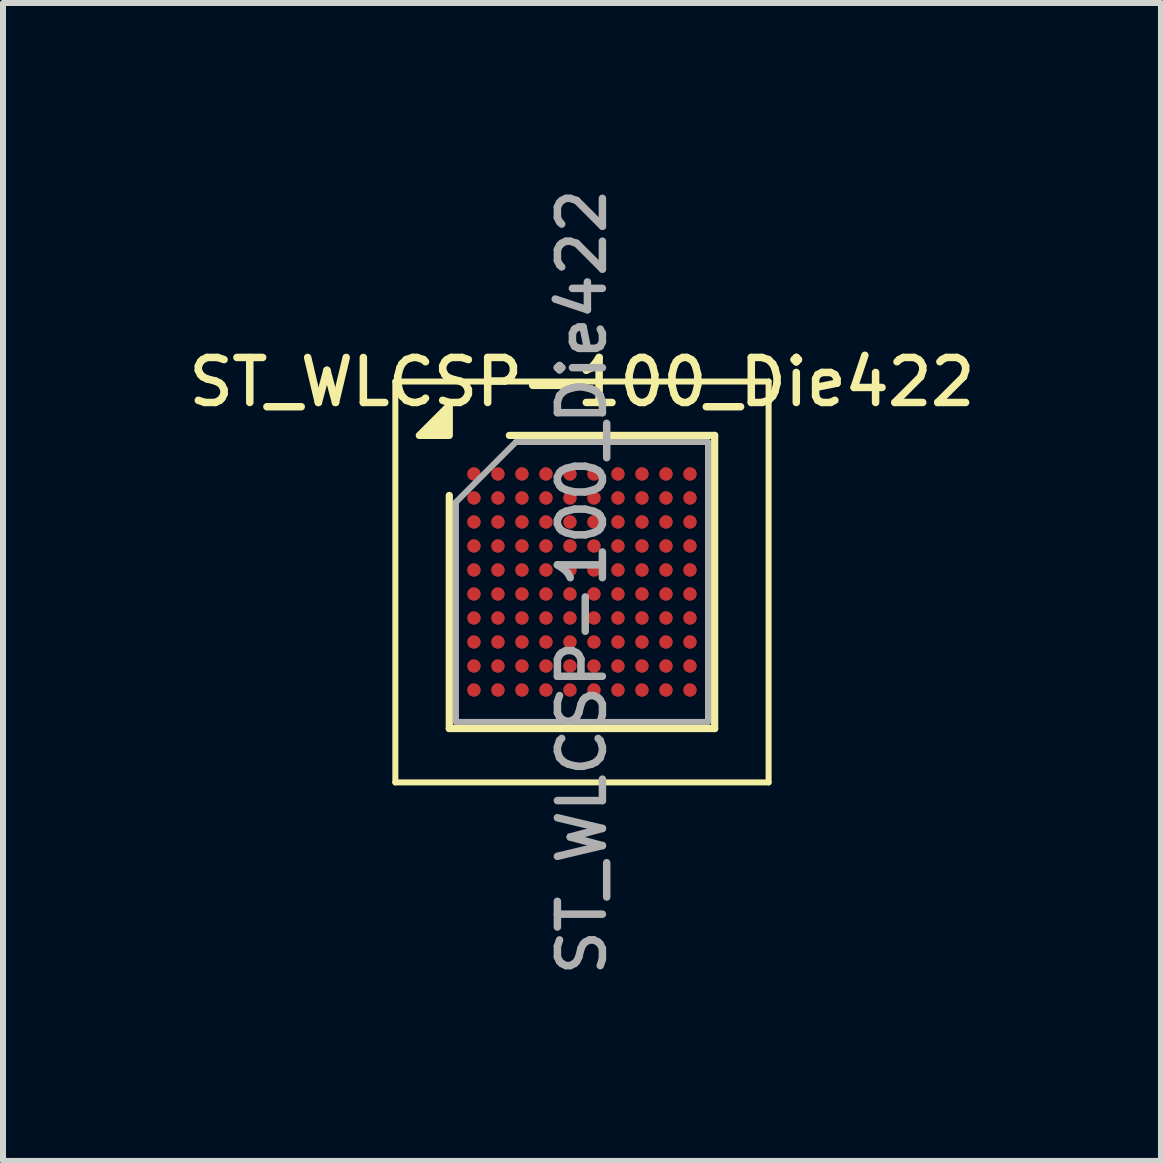
<source format=kicad_pcb>
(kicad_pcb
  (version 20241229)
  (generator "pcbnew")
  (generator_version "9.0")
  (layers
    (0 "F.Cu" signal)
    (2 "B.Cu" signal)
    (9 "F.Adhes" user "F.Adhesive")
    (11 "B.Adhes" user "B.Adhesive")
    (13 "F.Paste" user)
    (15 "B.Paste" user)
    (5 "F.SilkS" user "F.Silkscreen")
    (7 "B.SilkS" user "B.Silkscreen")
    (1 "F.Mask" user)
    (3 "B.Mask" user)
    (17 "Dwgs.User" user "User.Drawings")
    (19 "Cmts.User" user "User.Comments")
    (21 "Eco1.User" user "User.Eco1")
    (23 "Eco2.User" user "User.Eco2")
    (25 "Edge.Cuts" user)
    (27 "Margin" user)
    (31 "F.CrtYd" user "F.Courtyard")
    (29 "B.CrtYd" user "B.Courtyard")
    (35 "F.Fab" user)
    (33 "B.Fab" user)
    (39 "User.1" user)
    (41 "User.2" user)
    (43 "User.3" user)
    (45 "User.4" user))
  (footprint "ST_WLCSP-100_Die422"
    (layer "F.Cu")
    (at 6.648 6.648)
    (property "Reference" "ST_WLCSP-100_Die422" (at 0 -3.332 0) (layer "F.SilkS") (effects (font (size 0.75 0.75) (thickness 0.125))))
    (attr smd)
    (fp_line (start -3.11 -3.34) (end -3.11 3.34) (stroke (width 0.1) (type solid)) (layer "F.SilkS"))
    (fp_line (start -3.11 3.34) (end 3.11 3.34) (stroke (width 0.1) (type solid)) (layer "F.SilkS"))
    (fp_line (start -2.211 2.442) (end -2.211 -1.442) (stroke (width 0.12) (type solid)) (layer "F.SilkS"))
    (fp_line (start -1.21 -2.442) (end 2.211 -2.442) (stroke (width 0.12) (type solid)) (layer "F.SilkS"))
    (fp_line (start 2.211 -2.442) (end 2.211 2.442) (stroke (width 0.12) (type solid)) (layer "F.SilkS"))
    (fp_line (start 2.211 2.442) (end -2.211 2.442) (stroke (width 0.12) (type solid)) (layer "F.SilkS"))
    (fp_line (start 3.11 -3.34) (end -3.11 -3.34) (stroke (width 0.1) (type solid)) (layer "F.SilkS"))
    (fp_line (start 3.11 3.34) (end 3.11 -3.34) (stroke (width 0.1) (type solid)) (layer "F.SilkS"))
    (fp_poly (pts (xy -2.211 -2.442) (xy -2.711 -2.442) (xy -2.211 -2.942) (xy -2.211 -2.442)) (stroke (width 0.12) (type solid)) (fill yes) (layer "F.SilkS"))
    (fp_line (start -2.1 -1.331) (end -1.101 -2.332) (stroke (width 0.1) (type solid)) (layer "F.Fab"))
    (fp_line (start -2.1 2.332) (end -2.1 -1.331) (stroke (width 0.1) (type solid)) (layer "F.Fab"))
    (fp_line (start -1.101 -2.332) (end 2.1 -2.332) (stroke (width 0.1) (type solid)) (layer "F.Fab"))
    (fp_line (start 2.1 -2.332) (end 2.1 2.332) (stroke (width 0.1) (type solid)) (layer "F.Fab"))
    (fp_line (start 2.1 2.332) (end -2.1 2.332) (stroke (width 0.1) (type solid)) (layer "F.Fab"))
    (fp_text user "${REFERENCE}" (at 0 0 270) (layer "F.Fab") (effects (font (size 0.75 0.75) (thickness 0.125))))
    (pad "A1" smd circle (at -1.8 -1.8) (size 0.225 0.225) (property pad_prop_bga) (layers "F.Cu" "F.Mask" "F.Paste"))
    (pad "A2" smd circle (at -1.4 -1.8) (size 0.225 0.225) (property pad_prop_bga) (layers "F.Cu" "F.Mask" "F.Paste"))
    (pad "A3" smd circle (at -1 -1.8) (size 0.225 0.225) (property pad_prop_bga) (layers "F.Cu" "F.Mask" "F.Paste"))
    (pad "A4" smd circle (at -0.6 -1.8) (size 0.225 0.225) (property pad_prop_bga) (layers "F.Cu" "F.Mask" "F.Paste"))
    (pad "A5" smd circle (at -0.2 -1.8) (size 0.225 0.225) (property pad_prop_bga) (layers "F.Cu" "F.Mask" "F.Paste"))
    (pad "A6" smd circle (at 0.2 -1.8) (size 0.225 0.225) (property pad_prop_bga) (layers "F.Cu" "F.Mask" "F.Paste"))
    (pad "A7" smd circle (at 0.6 -1.8) (size 0.225 0.225) (property pad_prop_bga) (layers "F.Cu" "F.Mask" "F.Paste"))
    (pad "A8" smd circle (at 1 -1.8) (size 0.225 0.225) (property pad_prop_bga) (layers "F.Cu" "F.Mask" "F.Paste"))
    (pad "A9" smd circle (at 1.4 -1.8) (size 0.225 0.225) (property pad_prop_bga) (layers "F.Cu" "F.Mask" "F.Paste"))
    (pad "A10" smd circle (at 1.8 -1.8) (size 0.225 0.225) (property pad_prop_bga) (layers "F.Cu" "F.Mask" "F.Paste"))
    (pad "B1" smd circle (at -1.8 -1.4) (size 0.225 0.225) (property pad_prop_bga) (layers "F.Cu" "F.Mask" "F.Paste"))
    (pad "B2" smd circle (at -1.4 -1.4) (size 0.225 0.225) (property pad_prop_bga) (layers "F.Cu" "F.Mask" "F.Paste"))
    (pad "B3" smd circle (at -1 -1.4) (size 0.225 0.225) (property pad_prop_bga) (layers "F.Cu" "F.Mask" "F.Paste"))
    (pad "B4" smd circle (at -0.6 -1.4) (size 0.225 0.225) (property pad_prop_bga) (layers "F.Cu" "F.Mask" "F.Paste"))
    (pad "B5" smd circle (at -0.2 -1.4) (size 0.225 0.225) (property pad_prop_bga) (layers "F.Cu" "F.Mask" "F.Paste"))
    (pad "B6" smd circle (at 0.2 -1.4) (size 0.225 0.225) (property pad_prop_bga) (layers "F.Cu" "F.Mask" "F.Paste"))
    (pad "B7" smd circle (at 0.6 -1.4) (size 0.225 0.225) (property pad_prop_bga) (layers "F.Cu" "F.Mask" "F.Paste"))
    (pad "B8" smd circle (at 1 -1.4) (size 0.225 0.225) (property pad_prop_bga) (layers "F.Cu" "F.Mask" "F.Paste"))
    (pad "B9" smd circle (at 1.4 -1.4) (size 0.225 0.225) (property pad_prop_bga) (layers "F.Cu" "F.Mask" "F.Paste"))
    (pad "B10" smd circle (at 1.8 -1.4) (size 0.225 0.225) (property pad_prop_bga) (layers "F.Cu" "F.Mask" "F.Paste"))
    (pad "C1" smd circle (at -1.8 -1) (size 0.225 0.225) (property pad_prop_bga) (layers "F.Cu" "F.Mask" "F.Paste"))
    (pad "C2" smd circle (at -1.4 -1) (size 0.225 0.225) (property pad_prop_bga) (layers "F.Cu" "F.Mask" "F.Paste"))
    (pad "C3" smd circle (at -1 -1) (size 0.225 0.225) (property pad_prop_bga) (layers "F.Cu" "F.Mask" "F.Paste"))
    (pad "C4" smd circle (at -0.6 -1) (size 0.225 0.225) (property pad_prop_bga) (layers "F.Cu" "F.Mask" "F.Paste"))
    (pad "C5" smd circle (at -0.2 -1) (size 0.225 0.225) (property pad_prop_bga) (layers "F.Cu" "F.Mask" "F.Paste"))
    (pad "C6" smd circle (at 0.2 -1) (size 0.225 0.225) (property pad_prop_bga) (layers "F.Cu" "F.Mask" "F.Paste"))
    (pad "C7" smd circle (at 0.6 -1) (size 0.225 0.225) (property pad_prop_bga) (layers "F.Cu" "F.Mask" "F.Paste"))
    (pad "C8" smd circle (at 1 -1) (size 0.225 0.225) (property pad_prop_bga) (layers "F.Cu" "F.Mask" "F.Paste"))
    (pad "C9" smd circle (at 1.4 -1) (size 0.225 0.225) (property pad_prop_bga) (layers "F.Cu" "F.Mask" "F.Paste"))
    (pad "C10" smd circle (at 1.8 -1) (size 0.225 0.225) (property pad_prop_bga) (layers "F.Cu" "F.Mask" "F.Paste"))
    (pad "D1" smd circle (at -1.8 -0.6) (size 0.225 0.225) (property pad_prop_bga) (layers "F.Cu" "F.Mask" "F.Paste"))
    (pad "D2" smd circle (at -1.4 -0.6) (size 0.225 0.225) (property pad_prop_bga) (layers "F.Cu" "F.Mask" "F.Paste"))
    (pad "D3" smd circle (at -1 -0.6) (size 0.225 0.225) (property pad_prop_bga) (layers "F.Cu" "F.Mask" "F.Paste"))
    (pad "D4" smd circle (at -0.6 -0.6) (size 0.225 0.225) (property pad_prop_bga) (layers "F.Cu" "F.Mask" "F.Paste"))
    (pad "D5" smd circle (at -0.2 -0.6) (size 0.225 0.225) (property pad_prop_bga) (layers "F.Cu" "F.Mask" "F.Paste"))
    (pad "D6" smd circle (at 0.2 -0.6) (size 0.225 0.225) (property pad_prop_bga) (layers "F.Cu" "F.Mask" "F.Paste"))
    (pad "D7" smd circle (at 0.6 -0.6) (size 0.225 0.225) (property pad_prop_bga) (layers "F.Cu" "F.Mask" "F.Paste"))
    (pad "D8" smd circle (at 1 -0.6) (size 0.225 0.225) (property pad_prop_bga) (layers "F.Cu" "F.Mask" "F.Paste"))
    (pad "D9" smd circle (at 1.4 -0.6) (size 0.225 0.225) (property pad_prop_bga) (layers "F.Cu" "F.Mask" "F.Paste"))
    (pad "D10" smd circle (at 1.8 -0.6) (size 0.225 0.225) (property pad_prop_bga) (layers "F.Cu" "F.Mask" "F.Paste"))
    (pad "E1" smd circle (at -1.8 -0.2) (size 0.225 0.225) (property pad_prop_bga) (layers "F.Cu" "F.Mask" "F.Paste"))
    (pad "E2" smd circle (at -1.4 -0.2) (size 0.225 0.225) (property pad_prop_bga) (layers "F.Cu" "F.Mask" "F.Paste"))
    (pad "E3" smd circle (at -1 -0.2) (size 0.225 0.225) (property pad_prop_bga) (layers "F.Cu" "F.Mask" "F.Paste"))
    (pad "E4" smd circle (at -0.6 -0.2) (size 0.225 0.225) (property pad_prop_bga) (layers "F.Cu" "F.Mask" "F.Paste"))
    (pad "E5" smd circle (at -0.2 -0.2) (size 0.225 0.225) (property pad_prop_bga) (layers "F.Cu" "F.Mask" "F.Paste"))
    (pad "E6" smd circle (at 0.2 -0.2) (size 0.225 0.225) (property pad_prop_bga) (layers "F.Cu" "F.Mask" "F.Paste"))
    (pad "E7" smd circle (at 0.6 -0.2) (size 0.225 0.225) (property pad_prop_bga) (layers "F.Cu" "F.Mask" "F.Paste"))
    (pad "E8" smd circle (at 1 -0.2) (size 0.225 0.225) (property pad_prop_bga) (layers "F.Cu" "F.Mask" "F.Paste"))
    (pad "E9" smd circle (at 1.4 -0.2) (size 0.225 0.225) (property pad_prop_bga) (layers "F.Cu" "F.Mask" "F.Paste"))
    (pad "E10" smd circle (at 1.8 -0.2) (size 0.225 0.225) (property pad_prop_bga) (layers "F.Cu" "F.Mask" "F.Paste"))
    (pad "F1" smd circle (at -1.8 0.2) (size 0.225 0.225) (property pad_prop_bga) (layers "F.Cu" "F.Mask" "F.Paste"))
    (pad "F2" smd circle (at -1.4 0.2) (size 0.225 0.225) (property pad_prop_bga) (layers "F.Cu" "F.Mask" "F.Paste"))
    (pad "F3" smd circle (at -1 0.2) (size 0.225 0.225) (property pad_prop_bga) (layers "F.Cu" "F.Mask" "F.Paste"))
    (pad "F4" smd circle (at -0.6 0.2) (size 0.225 0.225) (property pad_prop_bga) (layers "F.Cu" "F.Mask" "F.Paste"))
    (pad "F5" smd circle (at -0.2 0.2) (size 0.225 0.225) (property pad_prop_bga) (layers "F.Cu" "F.Mask" "F.Paste"))
    (pad "F6" smd circle (at 0.2 0.2) (size 0.225 0.225) (property pad_prop_bga) (layers "F.Cu" "F.Mask" "F.Paste"))
    (pad "F7" smd circle (at 0.6 0.2) (size 0.225 0.225) (property pad_prop_bga) (layers "F.Cu" "F.Mask" "F.Paste"))
    (pad "F8" smd circle (at 1 0.2) (size 0.225 0.225) (property pad_prop_bga) (layers "F.Cu" "F.Mask" "F.Paste"))
    (pad "F9" smd circle (at 1.4 0.2) (size 0.225 0.225) (property pad_prop_bga) (layers "F.Cu" "F.Mask" "F.Paste"))
    (pad "F10" smd circle (at 1.8 0.2) (size 0.225 0.225) (property pad_prop_bga) (layers "F.Cu" "F.Mask" "F.Paste"))
    (pad "G1" smd circle (at -1.8 0.6) (size 0.225 0.225) (property pad_prop_bga) (layers "F.Cu" "F.Mask" "F.Paste"))
    (pad "G2" smd circle (at -1.4 0.6) (size 0.225 0.225) (property pad_prop_bga) (layers "F.Cu" "F.Mask" "F.Paste"))
    (pad "G3" smd circle (at -1 0.6) (size 0.225 0.225) (property pad_prop_bga) (layers "F.Cu" "F.Mask" "F.Paste"))
    (pad "G4" smd circle (at -0.6 0.6) (size 0.225 0.225) (property pad_prop_bga) (layers "F.Cu" "F.Mask" "F.Paste"))
    (pad "G5" smd circle (at -0.2 0.6) (size 0.225 0.225) (property pad_prop_bga) (layers "F.Cu" "F.Mask" "F.Paste"))
    (pad "G6" smd circle (at 0.2 0.6) (size 0.225 0.225) (property pad_prop_bga) (layers "F.Cu" "F.Mask" "F.Paste"))
    (pad "G7" smd circle (at 0.6 0.6) (size 0.225 0.225) (property pad_prop_bga) (layers "F.Cu" "F.Mask" "F.Paste"))
    (pad "G8" smd circle (at 1 0.6) (size 0.225 0.225) (property pad_prop_bga) (layers "F.Cu" "F.Mask" "F.Paste"))
    (pad "G9" smd circle (at 1.4 0.6) (size 0.225 0.225) (property pad_prop_bga) (layers "F.Cu" "F.Mask" "F.Paste"))
    (pad "G10" smd circle (at 1.8 0.6) (size 0.225 0.225) (property pad_prop_bga) (layers "F.Cu" "F.Mask" "F.Paste"))
    (pad "H1" smd circle (at -1.8 1) (size 0.225 0.225) (property pad_prop_bga) (layers "F.Cu" "F.Mask" "F.Paste"))
    (pad "H2" smd circle (at -1.4 1) (size 0.225 0.225) (property pad_prop_bga) (layers "F.Cu" "F.Mask" "F.Paste"))
    (pad "H3" smd circle (at -1 1) (size 0.225 0.225) (property pad_prop_bga) (layers "F.Cu" "F.Mask" "F.Paste"))
    (pad "H4" smd circle (at -0.6 1) (size 0.225 0.225) (property pad_prop_bga) (layers "F.Cu" "F.Mask" "F.Paste"))
    (pad "H5" smd circle (at -0.2 1) (size 0.225 0.225) (property pad_prop_bga) (layers "F.Cu" "F.Mask" "F.Paste"))
    (pad "H6" smd circle (at 0.2 1) (size 0.225 0.225) (property pad_prop_bga) (layers "F.Cu" "F.Mask" "F.Paste"))
    (pad "H7" smd circle (at 0.6 1) (size 0.225 0.225) (property pad_prop_bga) (layers "F.Cu" "F.Mask" "F.Paste"))
    (pad "H8" smd circle (at 1 1) (size 0.225 0.225) (property pad_prop_bga) (layers "F.Cu" "F.Mask" "F.Paste"))
    (pad "H9" smd circle (at 1.4 1) (size 0.225 0.225) (property pad_prop_bga) (layers "F.Cu" "F.Mask" "F.Paste"))
    (pad "H10" smd circle (at 1.8 1) (size 0.225 0.225) (property pad_prop_bga) (layers "F.Cu" "F.Mask" "F.Paste"))
    (pad "J1" smd circle (at -1.8 1.4) (size 0.225 0.225) (property pad_prop_bga) (layers "F.Cu" "F.Mask" "F.Paste"))
    (pad "J2" smd circle (at -1.4 1.4) (size 0.225 0.225) (property pad_prop_bga) (layers "F.Cu" "F.Mask" "F.Paste"))
    (pad "J3" smd circle (at -1 1.4) (size 0.225 0.225) (property pad_prop_bga) (layers "F.Cu" "F.Mask" "F.Paste"))
    (pad "J4" smd circle (at -0.6 1.4) (size 0.225 0.225) (property pad_prop_bga) (layers "F.Cu" "F.Mask" "F.Paste"))
    (pad "J5" smd circle (at -0.2 1.4) (size 0.225 0.225) (property pad_prop_bga) (layers "F.Cu" "F.Mask" "F.Paste"))
    (pad "J6" smd circle (at 0.2 1.4) (size 0.225 0.225) (property pad_prop_bga) (layers "F.Cu" "F.Mask" "F.Paste"))
    (pad "J7" smd circle (at 0.6 1.4) (size 0.225 0.225) (property pad_prop_bga) (layers "F.Cu" "F.Mask" "F.Paste"))
    (pad "J8" smd circle (at 1 1.4) (size 0.225 0.225) (property pad_prop_bga) (layers "F.Cu" "F.Mask" "F.Paste"))
    (pad "J9" smd circle (at 1.4 1.4) (size 0.225 0.225) (property pad_prop_bga) (layers "F.Cu" "F.Mask" "F.Paste"))
    (pad "J10" smd circle (at 1.8 1.4) (size 0.225 0.225) (property pad_prop_bga) (layers "F.Cu" "F.Mask" "F.Paste"))
    (pad "K1" smd circle (at -1.8 1.8) (size 0.225 0.225) (property pad_prop_bga) (layers "F.Cu" "F.Mask" "F.Paste"))
    (pad "K2" smd circle (at -1.4 1.8) (size 0.225 0.225) (property pad_prop_bga) (layers "F.Cu" "F.Mask" "F.Paste"))
    (pad "K3" smd circle (at -1 1.8) (size 0.225 0.225) (property pad_prop_bga) (layers "F.Cu" "F.Mask" "F.Paste"))
    (pad "K4" smd circle (at -0.6 1.8) (size 0.225 0.225) (property pad_prop_bga) (layers "F.Cu" "F.Mask" "F.Paste"))
    (pad "K5" smd circle (at -0.2 1.8) (size 0.225 0.225) (property pad_prop_bga) (layers "F.Cu" "F.Mask" "F.Paste"))
    (pad "K6" smd circle (at 0.2 1.8) (size 0.225 0.225) (property pad_prop_bga) (layers "F.Cu" "F.Mask" "F.Paste"))
    (pad "K7" smd circle (at 0.6 1.8) (size 0.225 0.225) (property pad_prop_bga) (layers "F.Cu" "F.Mask" "F.Paste"))
    (pad "K8" smd circle (at 1 1.8) (size 0.225 0.225) (property pad_prop_bga) (layers "F.Cu" "F.Mask" "F.Paste"))
    (pad "K9" smd circle (at 1.4 1.8) (size 0.225 0.225) (property pad_prop_bga) (layers "F.Cu" "F.Mask" "F.Paste"))
    (pad "K10" smd circle (at 1.8 1.8) (size 0.225 0.225) (property pad_prop_bga) (layers "F.Cu" "F.Mask" "F.Paste")))
  (gr_rect
    (start -3 -3)
    (end 16.296 16.296)
    (stroke (width 0.1) (type default))
    (fill no)
    (layer "Edge.Cuts")))
</source>
